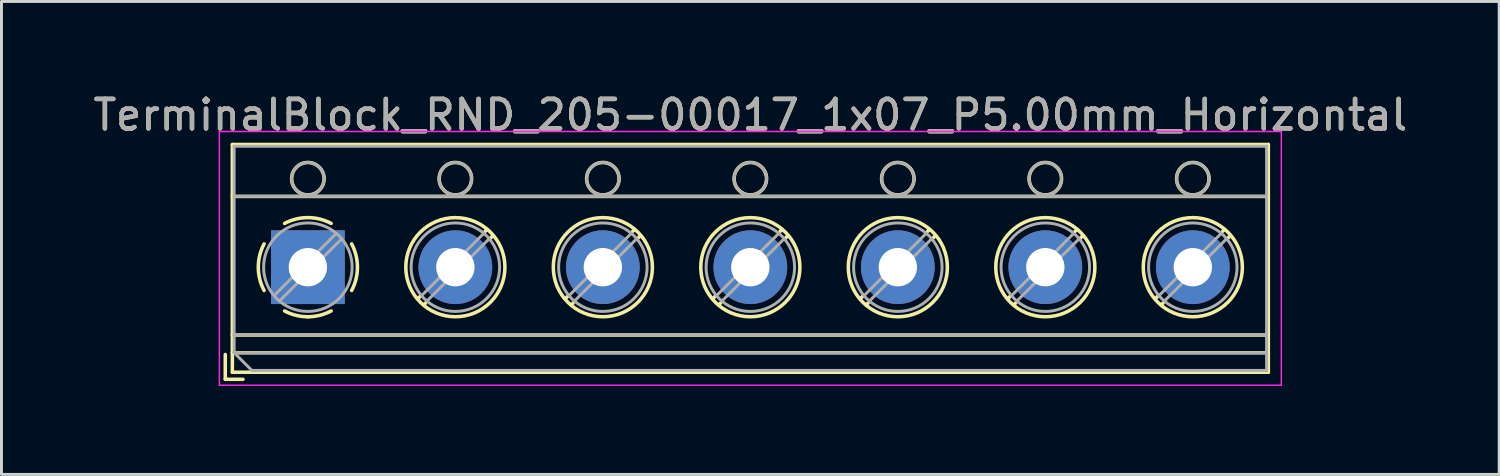
<source format=kicad_pcb>
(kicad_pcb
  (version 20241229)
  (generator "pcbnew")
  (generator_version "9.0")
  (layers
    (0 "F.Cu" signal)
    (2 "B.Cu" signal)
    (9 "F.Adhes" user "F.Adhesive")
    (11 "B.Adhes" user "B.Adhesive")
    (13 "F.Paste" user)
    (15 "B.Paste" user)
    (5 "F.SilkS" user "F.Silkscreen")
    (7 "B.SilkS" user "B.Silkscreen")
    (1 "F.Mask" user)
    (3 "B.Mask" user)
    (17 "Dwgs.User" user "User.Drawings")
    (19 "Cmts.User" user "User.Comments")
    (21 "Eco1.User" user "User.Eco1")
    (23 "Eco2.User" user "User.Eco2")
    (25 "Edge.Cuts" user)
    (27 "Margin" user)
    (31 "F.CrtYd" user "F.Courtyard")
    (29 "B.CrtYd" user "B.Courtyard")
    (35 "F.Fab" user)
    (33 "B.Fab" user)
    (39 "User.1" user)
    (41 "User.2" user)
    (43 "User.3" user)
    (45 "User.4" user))
  (footprint "TerminalBlock_RND_205-00017_1x07_P5.00mm_Horizontal"
    (layer "F.Cu")
    (at 7.387 6.008)
    (property "Reference" "TerminalBlock_RND_205-00017_1x07_P5.00mm_Horizontal" (at 15 -5.16 0) (layer "F.SilkS") (effects (font (size 1 1) (thickness 0.15))))
    (attr through_hole)
    (fp_line (start -2.8 2.96) (end -2.8 3.8) (stroke (width 0.12) (type solid)) (layer "F.SilkS"))
    (fp_line (start -2.8 3.8) (end -2.2 3.8) (stroke (width 0.12) (type solid)) (layer "F.SilkS"))
    (fp_line (start -2.56 -4.16) (end -2.56 3.561) (stroke (width 0.12) (type solid)) (layer "F.SilkS"))
    (fp_line (start -2.56 -4.16) (end 32.56 -4.16) (stroke (width 0.12) (type solid)) (layer "F.SilkS"))
    (fp_line (start -2.56 -2.4) (end 32.56 -2.4) (stroke (width 0.12) (type solid)) (layer "F.SilkS"))
    (fp_line (start -2.56 2.3) (end 32.56 2.3) (stroke (width 0.12) (type solid)) (layer "F.SilkS"))
    (fp_line (start -2.56 2.9) (end 32.56 2.9) (stroke (width 0.12) (type solid)) (layer "F.SilkS"))
    (fp_line (start -2.56 3.561) (end 32.56 3.561) (stroke (width 0.12) (type solid)) (layer "F.SilkS"))
    (fp_line (start 3.82 0.976) (end 3.726 1.069) (stroke (width 0.12) (type solid)) (layer "F.SilkS"))
    (fp_line (start 3.99 1.216) (end 3.931 1.274) (stroke (width 0.12) (type solid)) (layer "F.SilkS"))
    (fp_line (start 6.07 -1.275) (end 6.011 -1.216) (stroke (width 0.12) (type solid)) (layer "F.SilkS"))
    (fp_line (start 6.275 -1.069) (end 6.181 -0.976) (stroke (width 0.12) (type solid)) (layer "F.SilkS"))
    (fp_line (start 8.82 0.976) (end 8.726 1.069) (stroke (width 0.12) (type solid)) (layer "F.SilkS"))
    (fp_line (start 8.99 1.216) (end 8.931 1.274) (stroke (width 0.12) (type solid)) (layer "F.SilkS"))
    (fp_line (start 11.07 -1.275) (end 11.011 -1.216) (stroke (width 0.12) (type solid)) (layer "F.SilkS"))
    (fp_line (start 11.275 -1.069) (end 11.181 -0.976) (stroke (width 0.12) (type solid)) (layer "F.SilkS"))
    (fp_line (start 13.82 0.976) (end 13.726 1.069) (stroke (width 0.12) (type solid)) (layer "F.SilkS"))
    (fp_line (start 13.99 1.216) (end 13.931 1.274) (stroke (width 0.12) (type solid)) (layer "F.SilkS"))
    (fp_line (start 16.07 -1.275) (end 16.011 -1.216) (stroke (width 0.12) (type solid)) (layer "F.SilkS"))
    (fp_line (start 16.275 -1.069) (end 16.181 -0.976) (stroke (width 0.12) (type solid)) (layer "F.SilkS"))
    (fp_line (start 18.82 0.976) (end 18.726 1.069) (stroke (width 0.12) (type solid)) (layer "F.SilkS"))
    (fp_line (start 18.99 1.216) (end 18.931 1.274) (stroke (width 0.12) (type solid)) (layer "F.SilkS"))
    (fp_line (start 21.07 -1.275) (end 21.011 -1.216) (stroke (width 0.12) (type solid)) (layer "F.SilkS"))
    (fp_line (start 21.275 -1.069) (end 21.181 -0.976) (stroke (width 0.12) (type solid)) (layer "F.SilkS"))
    (fp_line (start 23.82 0.976) (end 23.726 1.069) (stroke (width 0.12) (type solid)) (layer "F.SilkS"))
    (fp_line (start 23.99 1.216) (end 23.931 1.274) (stroke (width 0.12) (type solid)) (layer "F.SilkS"))
    (fp_line (start 26.07 -1.275) (end 26.011 -1.216) (stroke (width 0.12) (type solid)) (layer "F.SilkS"))
    (fp_line (start 26.275 -1.069) (end 26.181 -0.976) (stroke (width 0.12) (type solid)) (layer "F.SilkS"))
    (fp_line (start 28.82 0.976) (end 28.726 1.069) (stroke (width 0.12) (type solid)) (layer "F.SilkS"))
    (fp_line (start 28.99 1.216) (end 28.931 1.274) (stroke (width 0.12) (type solid)) (layer "F.SilkS"))
    (fp_line (start 31.07 -1.275) (end 31.011 -1.216) (stroke (width 0.12) (type solid)) (layer "F.SilkS"))
    (fp_line (start 31.275 -1.069) (end 31.181 -0.976) (stroke (width 0.12) (type solid)) (layer "F.SilkS"))
    (fp_line (start 32.56 -4.16) (end 32.56 3.561) (stroke (width 0.12) (type solid)) (layer "F.SilkS"))
    (fp_arc (start -1.483953 0.789089) (mid -1.680708 0.00005) (end -1.484 -0.789) (stroke (width 0.12) (type solid)) (layer "F.SilkS"))
    (fp_arc (start -0.789089 -1.483953) (mid -0.00005 -1.680708) (end 0.789 -1.484) (stroke (width 0.12) (type solid)) (layer "F.SilkS"))
    (fp_arc (start 0.029383 1.68045) (mid -0.392304 1.634281) (end -0.789 1.484) (stroke (width 0.12) (type solid)) (layer "F.SilkS"))
    (fp_arc (start 0.788712 1.483352) (mid 0.406429 1.630097) (end 0 1.68) (stroke (width 0.12) (type solid)) (layer "F.SilkS"))
    (fp_arc (start 1.483953 -0.789089) (mid 1.680708 -0.00005) (end 1.484 0.789) (stroke (width 0.12) (type solid)) (layer "F.SilkS"))
    (fp_circle (center 0 -3) (end 0.55 -3) (stroke (width 0.12) (type solid)) (fill no) (layer "F.SilkS"))
    (fp_circle (center 5 -3) (end 5.55 -3) (stroke (width 0.12) (type solid)) (fill no) (layer "F.SilkS"))
    (fp_circle (center 5 0) (end 6.68 0) (stroke (width 0.12) (type solid)) (fill no) (layer "F.SilkS"))
    (fp_circle (center 10 -3) (end 10.55 -3) (stroke (width 0.12) (type solid)) (fill no) (layer "F.SilkS"))
    (fp_circle (center 10 0) (end 11.68 0) (stroke (width 0.12) (type solid)) (fill no) (layer "F.SilkS"))
    (fp_circle (center 15 -3) (end 15.55 -3) (stroke (width 0.12) (type solid)) (fill no) (layer "F.SilkS"))
    (fp_circle (center 15 0) (end 16.68 0) (stroke (width 0.12) (type solid)) (fill no) (layer "F.SilkS"))
    (fp_circle (center 20 -3) (end 20.55 -3) (stroke (width 0.12) (type solid)) (fill no) (layer "F.SilkS"))
    (fp_circle (center 20 0) (end 21.68 0) (stroke (width 0.12) (type solid)) (fill no) (layer "F.SilkS"))
    (fp_circle (center 25 -3) (end 25.55 -3) (stroke (width 0.12) (type solid)) (fill no) (layer "F.SilkS"))
    (fp_circle (center 25 0) (end 26.68 0) (stroke (width 0.12) (type solid)) (fill no) (layer "F.SilkS"))
    (fp_circle (center 30 -3) (end 30.55 -3) (stroke (width 0.12) (type solid)) (fill no) (layer "F.SilkS"))
    (fp_circle (center 30 0) (end 31.68 0) (stroke (width 0.12) (type solid)) (fill no) (layer "F.SilkS"))
    (fp_line (start -3 -4.6) (end -3 4) (stroke (width 0.05) (type solid)) (layer "F.CrtYd"))
    (fp_line (start -3 4) (end 33 4) (stroke (width 0.05) (type solid)) (layer "F.CrtYd"))
    (fp_line (start 33 -4.6) (end -3 -4.6) (stroke (width 0.05) (type solid)) (layer "F.CrtYd"))
    (fp_line (start 33 4) (end 33 -4.6) (stroke (width 0.05) (type solid)) (layer "F.CrtYd"))
    (fp_line (start -2.5 -4.1) (end 32.5 -4.1) (stroke (width 0.1) (type solid)) (layer "F.Fab"))
    (fp_line (start -2.5 -2.4) (end 32.5 -2.4) (stroke (width 0.1) (type solid)) (layer "F.Fab"))
    (fp_line (start -2.5 2.3) (end 32.5 2.3) (stroke (width 0.1) (type solid)) (layer "F.Fab"))
    (fp_line (start -2.5 2.9) (end -2.5 -4.1) (stroke (width 0.1) (type solid)) (layer "F.Fab"))
    (fp_line (start -2.5 2.9) (end 32.5 2.9) (stroke (width 0.1) (type solid)) (layer "F.Fab"))
    (fp_line (start -1.9 3.5) (end -2.5 2.9) (stroke (width 0.1) (type solid)) (layer "F.Fab"))
    (fp_line (start 0.955 -1.138) (end -1.138 0.955) (stroke (width 0.1) (type solid)) (layer "F.Fab"))
    (fp_line (start 1.138 -0.955) (end -0.955 1.138) (stroke (width 0.1) (type solid)) (layer "F.Fab"))
    (fp_line (start 5.955 -1.138) (end 3.863 0.955) (stroke (width 0.1) (type solid)) (layer "F.Fab"))
    (fp_line (start 6.138 -0.955) (end 4.046 1.138) (stroke (width 0.1) (type solid)) (layer "F.Fab"))
    (fp_line (start 10.955 -1.138) (end 8.863 0.955) (stroke (width 0.1) (type solid)) (layer "F.Fab"))
    (fp_line (start 11.138 -0.955) (end 9.046 1.138) (stroke (width 0.1) (type solid)) (layer "F.Fab"))
    (fp_line (start 15.955 -1.138) (end 13.863 0.955) (stroke (width 0.1) (type solid)) (layer "F.Fab"))
    (fp_line (start 16.138 -0.955) (end 14.046 1.138) (stroke (width 0.1) (type solid)) (layer "F.Fab"))
    (fp_line (start 20.955 -1.138) (end 18.863 0.955) (stroke (width 0.1) (type solid)) (layer "F.Fab"))
    (fp_line (start 21.138 -0.955) (end 19.046 1.138) (stroke (width 0.1) (type solid)) (layer "F.Fab"))
    (fp_line (start 25.955 -1.138) (end 23.863 0.955) (stroke (width 0.1) (type solid)) (layer "F.Fab"))
    (fp_line (start 26.138 -0.955) (end 24.046 1.138) (stroke (width 0.1) (type solid)) (layer "F.Fab"))
    (fp_line (start 30.955 -1.138) (end 28.863 0.955) (stroke (width 0.1) (type solid)) (layer "F.Fab"))
    (fp_line (start 31.138 -0.955) (end 29.046 1.138) (stroke (width 0.1) (type solid)) (layer "F.Fab"))
    (fp_line (start 32.5 -4.1) (end 32.5 3.5) (stroke (width 0.1) (type solid)) (layer "F.Fab"))
    (fp_line (start 32.5 3.5) (end -1.9 3.5) (stroke (width 0.1) (type solid)) (layer "F.Fab"))
    (fp_circle (center 0 -3) (end 0.55 -3) (stroke (width 0.1) (type solid)) (fill no) (layer "F.Fab"))
    (fp_circle (center 0 0) (end 1.5 0) (stroke (width 0.1) (type solid)) (fill no) (layer "F.Fab"))
    (fp_circle (center 5 -3) (end 5.55 -3) (stroke (width 0.1) (type solid)) (fill no) (layer "F.Fab"))
    (fp_circle (center 5 0) (end 6.5 0) (stroke (width 0.1) (type solid)) (fill no) (layer "F.Fab"))
    (fp_circle (center 10 -3) (end 10.55 -3) (stroke (width 0.1) (type solid)) (fill no) (layer "F.Fab"))
    (fp_circle (center 10 0) (end 11.5 0) (stroke (width 0.1) (type solid)) (fill no) (layer "F.Fab"))
    (fp_circle (center 15 -3) (end 15.55 -3) (stroke (width 0.1) (type solid)) (fill no) (layer "F.Fab"))
    (fp_circle (center 15 0) (end 16.5 0) (stroke (width 0.1) (type solid)) (fill no) (layer "F.Fab"))
    (fp_circle (center 20 -3) (end 20.55 -3) (stroke (width 0.1) (type solid)) (fill no) (layer "F.Fab"))
    (fp_circle (center 20 0) (end 21.5 0) (stroke (width 0.1) (type solid)) (fill no) (layer "F.Fab"))
    (fp_circle (center 25 -3) (end 25.55 -3) (stroke (width 0.1) (type solid)) (fill no) (layer "F.Fab"))
    (fp_circle (center 25 0) (end 26.5 0) (stroke (width 0.1) (type solid)) (fill no) (layer "F.Fab"))
    (fp_circle (center 30 -3) (end 30.55 -3) (stroke (width 0.1) (type solid)) (fill no) (layer "F.Fab"))
    (fp_circle (center 30 0) (end 31.5 0) (stroke (width 0.1) (type solid)) (fill no) (layer "F.Fab"))
    (fp_text user "${REFERENCE}" (at 15 -5.16 0) (layer "F.Fab") (effects (font (size 1 1) (thickness 0.15))))
    (pad "1" thru_hole rect (at 0 0) (size 2.5 2.5) (drill 1.3) (layers "*.Cu" "*.Mask"))
    (pad "2" thru_hole circle (at 5 0) (size 2.5 2.5) (drill 1.3) (layers "*.Cu" "*.Mask"))
    (pad "3" thru_hole circle (at 10 0) (size 2.5 2.5) (drill 1.3) (layers "*.Cu" "*.Mask"))
    (pad "4" thru_hole circle (at 15 0) (size 2.5 2.5) (drill 1.3) (layers "*.Cu" "*.Mask"))
    (pad "5" thru_hole circle (at 20 0) (size 2.5 2.5) (drill 1.3) (layers "*.Cu" "*.Mask"))
    (pad "6" thru_hole circle (at 25 0) (size 2.5 2.5) (drill 1.3) (layers "*.Cu" "*.Mask"))
    (pad "7" thru_hole circle (at 30 0) (size 2.5 2.5) (drill 1.3) (layers "*.Cu" "*.Mask")))
  (gr_rect
    (start -3 -3)
    (end 47.774 13.033)
    (stroke (width 0.1) (type default))
    (fill no)
    (layer "Edge.Cuts")))
</source>
